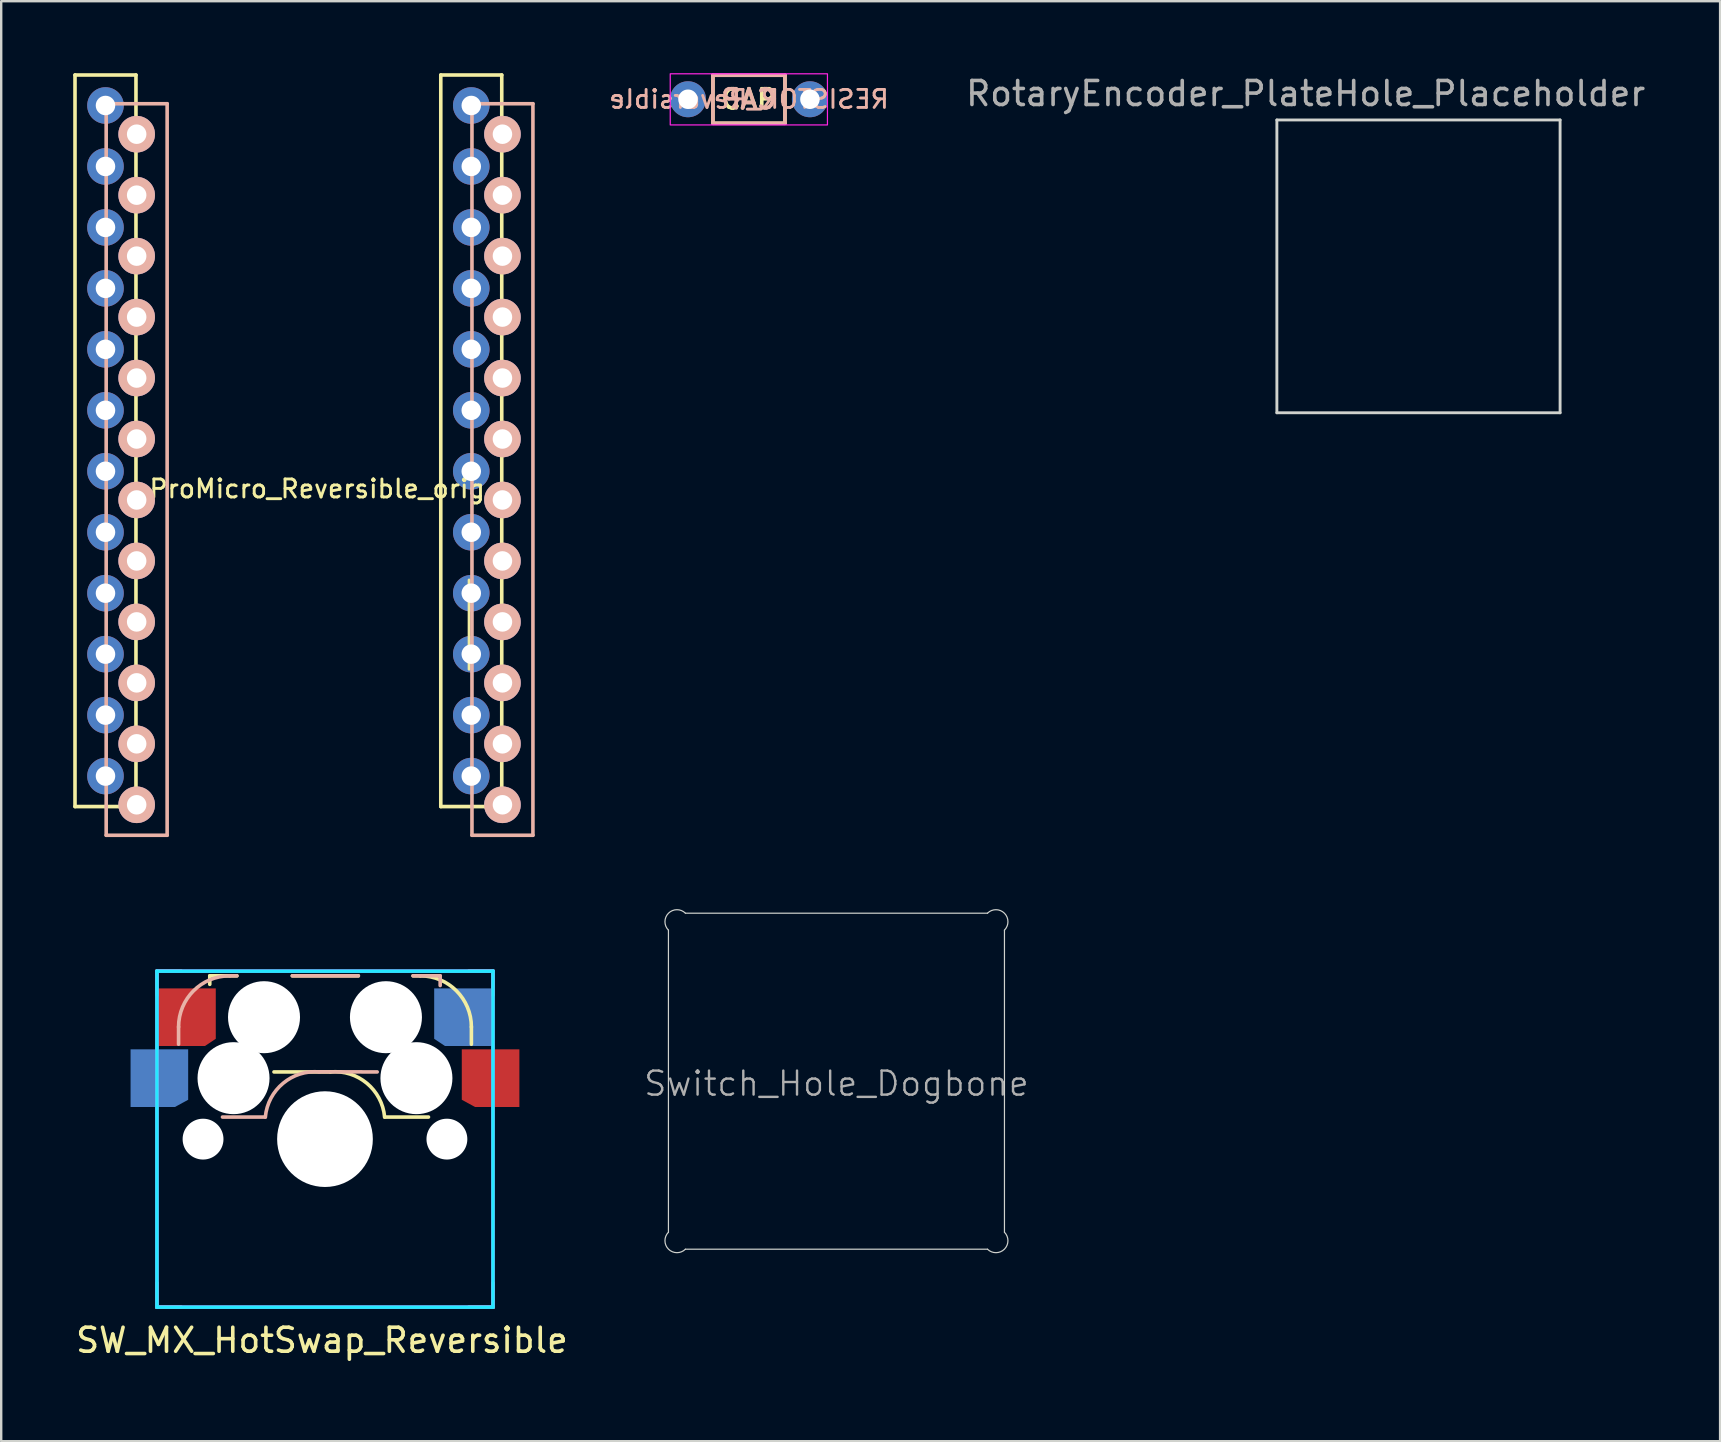
<source format=kicad_pcb>
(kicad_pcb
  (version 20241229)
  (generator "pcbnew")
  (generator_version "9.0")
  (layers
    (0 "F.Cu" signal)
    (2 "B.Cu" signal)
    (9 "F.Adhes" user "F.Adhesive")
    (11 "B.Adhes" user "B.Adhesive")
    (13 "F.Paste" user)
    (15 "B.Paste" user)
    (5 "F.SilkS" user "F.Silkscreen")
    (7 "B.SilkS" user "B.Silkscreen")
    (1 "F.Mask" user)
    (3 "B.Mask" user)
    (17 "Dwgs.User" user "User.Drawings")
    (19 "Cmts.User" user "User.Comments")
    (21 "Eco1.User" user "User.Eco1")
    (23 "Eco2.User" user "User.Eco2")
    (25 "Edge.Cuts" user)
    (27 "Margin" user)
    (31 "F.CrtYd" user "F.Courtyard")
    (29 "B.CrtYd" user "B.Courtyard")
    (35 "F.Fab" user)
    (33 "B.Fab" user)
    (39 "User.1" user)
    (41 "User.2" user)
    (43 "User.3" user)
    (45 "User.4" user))
  (footprint "RotaryEncoder_PlateHole_Placeholder"
    (layer "F.Cu")
    (at 56.05 8.048)
    (property "Reference" "RotaryEncoder_PlateHole_Placeholder" (at -4.7 -7.2 180) (layer "F.Fab") (effects (font (size 1 1) (thickness 0.15))))
    (attr through_hole)
    (fp_line (start -5.9 6.1) (end -5.9 -6.1) (stroke (width 0.12) (type solid)) (layer "Edge.Cuts"))
    (fp_line (start 5.9 -6.1) (end -5.9 -6.1) (stroke (width 0.12) (type solid)) (layer "Edge.Cuts"))
    (fp_line (start 5.9 6.1) (end -5.9 6.1) (stroke (width 0.12) (type solid)) (layer "Edge.Cuts"))
    (fp_line (start 5.9 6.1) (end 5.9 -6.1) (stroke (width 0.12) (type solid)) (layer "Edge.Cuts")))
  (footprint "Switch_Hole_Dogbone"
    (layer "F.Cu")
    (at 31.8 41.997)
    (property "Reference" "Switch_Hole_Dogbone" (at 0 0.1 0) (unlocked yes) (layer "F.Fab") (effects (font (size 1 1) (thickness 0.1))))
    (attr through_hole)
    (fp_line (start -7 -6.293) (end -7 6.293) (stroke (width 0.05) (type default)) (layer "Edge.Cuts"))
    (fp_line (start -6.293 -7) (end 6.293 -7) (stroke (width 0.05) (type default)) (layer "Edge.Cuts"))
    (fp_line (start -6.293 7) (end 6.293 7) (stroke (width 0.05) (type default)) (layer "Edge.Cuts"))
    (fp_line (start 7 -6.293) (end 7 6.293) (stroke (width 0.05) (type default)) (layer "Edge.Cuts"))
    (fp_arc (start -7 -6.292894) (mid -7 -7) (end -6.292894 -7) (stroke (width 0.05) (type default)) (layer "Edge.Cuts"))
    (fp_arc (start -6.292894 7) (mid -7 7) (end -7 6.292894) (stroke (width 0.05) (type default)) (layer "Edge.Cuts"))
    (fp_arc (start 6.292894 -7) (mid 7 -7) (end 7 -6.292894) (stroke (width 0.05) (type default)) (layer "Edge.Cuts"))
    (fp_arc (start 7 6.292894) (mid 7 7) (end 6.292894 7) (stroke (width 0.05) (type default)) (layer "Edge.Cuts")))
  (footprint "SW_MX_HotSwap_Reversible"
    (layer "F.Cu")
    (at 10.49 44.411)
    (property "Reference" "SW_MX_HotSwap_Reversible" (at -0.127 8.382 0) (layer "F.SilkS") (effects (font (size 1 1) (thickness 0.15))))
    (attr smd)
    (fp_line (start -7 -7) (end -6 -7) (stroke (width 0.15) (type solid)) (layer "F.SilkS"))
    (fp_line (start -7 -6.4) (end -7 -7) (stroke (width 0.15) (type solid)) (layer "F.SilkS"))
    (fp_line (start -7 7) (end -7 6) (stroke (width 0.15) (type solid)) (layer "F.SilkS"))
    (fp_line (start -6 7) (end -7 7) (stroke (width 0.15) (type solid)) (layer "F.SilkS"))
    (fp_line (start -4.8 -6.45) (end -4.8 -6.804) (stroke (width 0.15) (type solid)) (layer "F.SilkS"))
    (fp_line (start -3.67 -6.804) (end -4.8 -6.804) (stroke (width 0.15) (type solid)) (layer "F.SilkS"))
    (fp_line (start -2.125 -2.8) (end 0.225 -2.8) (stroke (width 0.15) (type solid)) (layer "F.SilkS"))
    (fp_line (start -1.36 -6.804) (end 1.39 -6.804) (stroke (width 0.15) (type solid)) (layer "F.SilkS"))
    (fp_line (start 3.97 -6.804) (end 3.67 -6.804) (stroke (width 0.15) (type solid)) (layer "F.SilkS"))
    (fp_line (start 4.312 -0.92) (end 2.487 -0.92) (stroke (width 0.15) (type solid)) (layer "F.SilkS"))
    (fp_line (start 6 -7) (end 7 -7) (stroke (width 0.15) (type solid)) (layer "F.SilkS"))
    (fp_line (start 6.1 -4.674) (end 6.1 -3.954) (stroke (width 0.15) (type solid)) (layer "F.SilkS"))
    (fp_line (start 7 -7) (end 7 -6) (stroke (width 0.15) (type solid)) (layer "F.SilkS"))
    (fp_line (start 7 6) (end 7 7) (stroke (width 0.15) (type solid)) (layer "F.SilkS"))
    (fp_line (start 7 7) (end 6 7) (stroke (width 0.15) (type solid)) (layer "F.SilkS"))
    (fp_arc (start 0.225 -2.8) (mid 1.74436 -2.328062) (end 2.485001 -0.920001) (stroke (width 0.15) (type solid)) (layer "F.SilkS"))
    (fp_arc (start 3.97 -6.804) (mid 5.476137 -6.180137) (end 6.1 -4.674) (stroke (width 0.15) (type solid)) (layer "F.SilkS"))
    (fp_line (start -7 -7) (end -6 -7) (stroke (width 0.15) (type solid)) (layer "B.SilkS"))
    (fp_line (start -7 -6) (end -7 -7) (stroke (width 0.15) (type solid)) (layer "B.SilkS"))
    (fp_line (start -7 7) (end -7 6) (stroke (width 0.15) (type solid)) (layer "B.SilkS"))
    (fp_line (start -6.1 -4.674) (end -6.1 -3.954) (stroke (width 0.15) (type solid)) (layer "B.SilkS"))
    (fp_line (start -6 7) (end -7 7) (stroke (width 0.15) (type solid)) (layer "B.SilkS"))
    (fp_line (start -4.27 -0.92) (end -2.485 -0.92) (stroke (width 0.15) (type solid)) (layer "B.SilkS"))
    (fp_line (start -3.97 -6.804) (end -3.67 -6.804) (stroke (width 0.15) (type solid)) (layer "B.SilkS"))
    (fp_line (start 1.39 -6.804) (end -1.36 -6.804) (stroke (width 0.15) (type solid)) (layer "B.SilkS"))
    (fp_line (start 2.175 -2.8) (end -0.25 -2.804) (stroke (width 0.15) (type solid)) (layer "B.SilkS"))
    (fp_line (start 3.67 -6.804) (end 4.8 -6.804) (stroke (width 0.15) (type solid)) (layer "B.SilkS"))
    (fp_line (start 4.8 -6.4) (end 4.8 -6.804) (stroke (width 0.15) (type solid)) (layer "B.SilkS"))
    (fp_line (start 6 -7) (end 7 -7) (stroke (width 0.15) (type solid)) (layer "B.SilkS"))
    (fp_line (start 7 -7) (end 7 -6.375) (stroke (width 0.15) (type solid)) (layer "B.SilkS"))
    (fp_line (start 7 6) (end 7 7) (stroke (width 0.15) (type solid)) (layer "B.SilkS"))
    (fp_line (start 7 7) (end 6 7) (stroke (width 0.15) (type solid)) (layer "B.SilkS"))
    (fp_arc (start -6.1 -4.674) (mid -5.476137 -6.180137) (end -3.97 -6.804) (stroke (width 0.15) (type solid)) (layer "B.SilkS"))
    (fp_arc (start -2.484999 -0.920001) (mid -1.74436 -2.328062) (end -0.225 -2.8) (stroke (width 0.15) (type solid)) (layer "B.SilkS"))
    (fp_line (start -9.525 -9.525) (end 9.525 -9.525) (stroke (width 0.12) (type solid)) (layer "Eco1.User"))
    (fp_line (start -9.525 9.525) (end -9.525 -9.525) (stroke (width 0.12) (type solid)) (layer "Eco1.User"))
    (fp_line (start -7 7) (end -7 -7) (stroke (width 0.1) (type solid)) (layer "Eco1.User"))
    (fp_line (start -1.75 6.83) (end -1.75 3.33) (stroke (width 0.12) (type solid)) (layer "Eco1.User"))
    (fp_line (start -0.8 4.25) (end 0.8 4.25) (stroke (width 0.12) (type solid)) (layer "Eco1.User"))
    (fp_line (start -0.8 5.85) (end -0.8 4.25) (stroke (width 0.12) (type solid)) (layer "Eco1.User"))
    (fp_line (start 0.8 4.25) (end 0.8 5.85) (stroke (width 0.12) (type solid)) (layer "Eco1.User"))
    (fp_line (start 0.8 5.85) (end -0.8 5.85) (stroke (width 0.12) (type solid)) (layer "Eco1.User"))
    (fp_line (start 1.75 3.33) (end -1.75 3.33) (stroke (width 0.12) (type solid)) (layer "Eco1.User"))
    (fp_line (start 1.75 3.33) (end 1.75 6.83) (stroke (width 0.12) (type solid)) (layer "Eco1.User"))
    (fp_line (start 1.75 6.83) (end -1.75 6.83) (stroke (width 0.12) (type solid)) (layer "Eco1.User"))
    (fp_line (start 7 -7) (end -7 -7) (stroke (width 0.1) (type solid)) (layer "Eco1.User"))
    (fp_line (start 7 7) (end -7 7) (stroke (width 0.1) (type solid)) (layer "Eco1.User"))
    (fp_line (start 7 7) (end 7 -7) (stroke (width 0.1) (type solid)) (layer "Eco1.User"))
    (fp_line (start 9.525 -9.525) (end 9.525 9.525) (stroke (width 0.12) (type solid)) (layer "Eco1.User"))
    (fp_line (start 9.525 9.525) (end -9.525 9.525) (stroke (width 0.12) (type solid)) (layer "Eco1.User"))
    (fp_line (start -7 -7) (end 7 -7) (stroke (width 0.15) (type solid)) (layer "B.CrtYd"))
    (fp_line (start -7 7) (end -7 -7) (stroke (width 0.15) (type solid)) (layer "B.CrtYd"))
    (fp_line (start 7 -7) (end 7 7) (stroke (width 0.15) (type solid)) (layer "B.CrtYd"))
    (fp_line (start 7 7) (end -7 7) (stroke (width 0.15) (type solid)) (layer "B.CrtYd"))
    (fp_line (start -7 -7) (end 7 -7) (stroke (width 0.15) (type solid)) (layer "F.CrtYd"))
    (fp_line (start -7 7) (end -7 -7) (stroke (width 0.15) (type solid)) (layer "F.CrtYd"))
    (fp_line (start 7 -7) (end 7 7) (stroke (width 0.15) (type solid)) (layer "F.CrtYd"))
    (fp_line (start 7 7) (end -7 7) (stroke (width 0.15) (type solid)) (layer "F.CrtYd"))
    (pad "" np_thru_hole circle (at -5.08 0 180) (size 1.702 1.702) (drill 1.702) (layers "*.Cu"))
    (pad "" np_thru_hole circle (at -3.81 -2.54 153.5) (size 3 3) (drill 3) (layers "*.Cu"))
    (pad "" np_thru_hole circle (at -2.54 -5.08 206.5) (size 3 3) (drill 3) (layers "*.Cu"))
    (pad "" np_thru_hole circle (at 0 0 180) (size 3.988 3.988) (drill 3.988) (layers "*.Cu"))
    (pad "" np_thru_hole circle (at 2.54 -5.08 206.5) (size 3 3) (drill 3) (layers "*.Cu"))
    (pad "" np_thru_hole circle (at 3.81 -2.54 206.5) (size 3 3) (drill 3) (layers "*.Cu"))
    (pad "" np_thru_hole circle (at 5.08 0 180) (size 1.702 1.702) (drill 1.702) (layers "*.Cu"))
    (pad "1" smd custom (at -6.9 -2.54 180) (size 2 2) (layers "B.Cu" "B.Mask" "B.Paste") (options (anchor rect)) (primitives (gr_poly (pts (xy 1.2 1.2) (xy -1.2 1.2) (xy -1.2 -0.9) (xy -0.65 -1.2) (xy 1.2 -1.2)) (width 0) (fill yes))))
    (pad "1" smd custom (at -5.75 -5.08 180) (size 2 2) (layers "F.Cu" "F.Mask" "F.Paste") (options (anchor rect)) (primitives (gr_poly (pts (xy 1.2 1.2) (xy -1.2 1.2) (xy -1.2 -0.9) (xy -0.75 -1.2) (xy 1.2 -1.2)) (width 0) (fill yes))))
    (pad "2" smd custom (at 5.75 -5.08 180) (size 2 2) (layers "B.Cu" "B.Mask" "B.Paste") (options (anchor rect)) (primitives (gr_poly (pts (xy 1.2 1.2) (xy 1.2 -0.9) (xy 0.75 -1.2) (xy -1.2 -1.2) (xy -1.2 1.2)) (width 0) (fill yes))))
    (pad "2" smd custom (at 6.9 -2.54 180) (size 2 2) (layers "F.Cu" "F.Mask" "F.Paste") (options (anchor rect)) (primitives (gr_poly (pts (xy 1.2 1.2) (xy 1.2 -0.9) (xy 0.65 -1.2) (xy -1.2 -1.2) (xy -1.2 1.2)) (width 0) (fill yes)))))
  (footprint "RESISTOR_Reversible"
    (layer "F.Cu")
    (at 28.155 1.085)
    (property "Reference" "RESISTOR_Reversible" (at 0 0 0) (layer "B.SilkS") (effects (font (size 0.75 0.75) (thickness 0.12)) (justify mirror)))
    (attr through_hole)
    (fp_line (start -1.501 -1.001) (end 1.501 -1.001) (stroke (width 0.15) (type solid)) (layer "F.SilkS"))
    (fp_line (start -1.501 1.001) (end -1.501 -1.001) (stroke (width 0.15) (type solid)) (layer "F.SilkS"))
    (fp_line (start 1.501 -1.001) (end 1.501 1.001) (stroke (width 0.15) (type solid)) (layer "F.SilkS"))
    (fp_line (start 1.501 1.001) (end -1.501 1.001) (stroke (width 0.15) (type solid)) (layer "F.SilkS"))
    (fp_line (start -1.5 -1) (end -1.5 1) (stroke (width 0.15) (type solid)) (layer "B.SilkS"))
    (fp_line (start -1.5 1) (end 1.5 1) (stroke (width 0.15) (type solid)) (layer "B.SilkS"))
    (fp_line (start 1.5 -1) (end -1.5 -1) (stroke (width 0.15) (type solid)) (layer "B.SilkS"))
    (fp_line (start 1.5 1) (end 1.5 -1) (stroke (width 0.15) (type solid)) (layer "B.SilkS"))
    (fp_poly (pts (xy -3.28 -1.06) (xy 3.27 -1.06) (xy 3.27 1.07) (xy -3.28 1.07)) (stroke (width 0.05) (type default)) (fill no) (layer "F.CrtYd"))
    (fp_text user "CAP" (at 0 0 0) (unlocked yes) (layer "F.SilkS") (effects (font (size 0.8 0.8) (thickness 0.152) (bold yes))))
    (fp_text user "CAP" (at 0 0 0) (unlocked yes) (layer "B.SilkS") (effects (font (size 0.8 0.8) (thickness 0.152) (bold yes)) (justify mirror)))
    (pad "1" thru_hole circle (at -2.54 0) (size 1.5 1.5) (drill 0.813) (layers "*.Cu" "*.Mask"))
    (pad "2" thru_hole circle (at 2.54 0) (size 1.5 1.5) (drill 0.813) (layers "*.Cu" "*.Mask")))
  (footprint "ProMicro_Reversible_orig"
    (layer "F.Cu")
    (at 10.165 16.115)
    (property "Reference" "ProMicro_Reversible_orig" (at 0 1.2 0) (layer "F.SilkS") (effects (font (size 0.75 0.75) (thickness 0.12))))
    (attr through_hole)
    (fp_line (start -10.09 -16.04) (end -7.55 -16.04) (stroke (width 0.15) (type solid)) (layer "F.SilkS"))
    (fp_line (start -10.09 14.44) (end -10.09 -16.04) (stroke (width 0.15) (type solid)) (layer "F.SilkS"))
    (fp_line (start -7.55 -16.04) (end -7.55 14.44) (stroke (width 0.15) (type solid)) (layer "F.SilkS"))
    (fp_line (start -7.55 14.44) (end -10.09 14.44) (stroke (width 0.15) (type solid)) (layer "F.SilkS"))
    (fp_line (start 5.15 -16.04) (end 7.69 -16.04) (stroke (width 0.15) (type solid)) (layer "F.SilkS"))
    (fp_line (start 5.15 14.44) (end 5.15 -16.04) (stroke (width 0.15) (type solid)) (layer "F.SilkS"))
    (fp_line (start 6.33 5) (end 6.33 8.72) (stroke (width 0.12) (type solid)) (layer "F.SilkS"))
    (fp_line (start 7.69 -16.04) (end 7.69 14.44) (stroke (width 0.15) (type solid)) (layer "F.SilkS"))
    (fp_line (start 7.69 14.44) (end 5.15 14.44) (stroke (width 0.15) (type solid)) (layer "F.SilkS"))
    (fp_line (start -8.791 -14.844) (end -8.791 15.636) (stroke (width 0.15) (type solid)) (layer "B.SilkS"))
    (fp_line (start -8.791 15.636) (end -6.251 15.636) (stroke (width 0.15) (type solid)) (layer "B.SilkS"))
    (fp_line (start -6.251 -14.844) (end -8.791 -14.844) (stroke (width 0.15) (type solid)) (layer "B.SilkS"))
    (fp_line (start -6.251 15.636) (end -6.251 -14.844) (stroke (width 0.15) (type solid)) (layer "B.SilkS"))
    (fp_line (start 6.449 -14.844) (end 6.449 15.636) (stroke (width 0.15) (type solid)) (layer "B.SilkS"))
    (fp_line (start 6.449 15.636) (end 8.989 15.636) (stroke (width 0.15) (type solid)) (layer "B.SilkS"))
    (fp_line (start 8.989 -14.844) (end 6.449 -14.844) (stroke (width 0.15) (type solid)) (layer "B.SilkS"))
    (fp_line (start 8.989 15.636) (end 8.989 -14.844) (stroke (width 0.15) (type solid)) (layer "B.SilkS"))
    (pad "0" thru_hole circle (at 7.719 -13.574 180) (size 1.524 1.524) (drill 0.813) (layers "*.Cu" "*.Mask" "B.SilkS"))
    (pad "1" thru_hole circle (at -8.82 -12.23) (size 1.524 1.524) (drill 0.813) (layers "*.Cu" "*.Mask"))
    (pad "1" thru_hole circle (at 7.719 -11.034 180) (size 1.524 1.524) (drill 0.813) (layers "*.Cu" "*.Mask" "B.SilkS"))
    (pad "2" thru_hole circle (at -8.82 -4.61) (size 1.524 1.524) (drill 0.813) (layers "*.Cu" "*.Mask"))
    (pad "2" thru_hole circle (at 7.719 -3.414 180) (size 1.524 1.524) (drill 0.813) (layers "*.Cu" "*.Mask" "B.SilkS"))
    (pad "3" thru_hole circle (at -8.82 -2.07) (size 1.524 1.524) (drill 0.813) (layers "*.Cu" "*.Mask"))
    (pad "3" thru_hole circle (at 7.719 -0.874 180) (size 1.524 1.524) (drill 0.813) (layers "*.Cu" "*.Mask" "B.SilkS"))
    (pad "3V3" thru_hole circle (at -7.521 -5.954 180) (size 1.524 1.524) (drill 0.813) (layers "*.Cu" "*.Mask" "B.SilkS"))
    (pad "3V3" thru_hole circle (at 6.42 -7.15) (size 1.524 1.524) (drill 0.813) (layers "*.Cu" "*.Mask"))
    (pad "4" thru_hole circle (at -8.82 0.47) (size 1.524 1.524) (drill 0.813) (layers "*.Cu" "*.Mask"))
    (pad "4" thru_hole circle (at 7.719 1.666 180) (size 1.524 1.524) (drill 0.813) (layers "*.Cu" "*.Mask" "B.SilkS"))
    (pad "5" thru_hole circle (at -8.82 3.01) (size 1.524 1.524) (drill 0.813) (layers "*.Cu" "*.Mask"))
    (pad "5" thru_hole circle (at 7.719 4.206 180) (size 1.524 1.524) (drill 0.813) (layers "*.Cu" "*.Mask" "B.SilkS"))
    (pad "5V" thru_hole circle (at -7.521 -13.574 180) (size 1.524 1.524) (drill 0.813) (layers "*.Cu" "*.Mask" "B.SilkS"))
    (pad "5V" thru_hole circle (at 6.42 -14.77) (size 1.524 1.524) (drill 0.813) (layers "*.Cu" "*.Mask"))
    (pad "6" thru_hole circle (at -8.82 5.55) (size 1.524 1.524) (drill 0.813) (layers "*.Cu" "*.Mask"))
    (pad "6" thru_hole circle (at 7.719 6.746 180) (size 1.524 1.524) (drill 0.813) (layers "*.Cu" "*.Mask" "B.SilkS"))
    (pad "7" thru_hole circle (at -8.82 8.09) (size 1.524 1.524) (drill 0.813) (layers "*.Cu" "*.Mask"))
    (pad "7" thru_hole circle (at 7.719 9.286 180) (size 1.524 1.524) (drill 0.813) (layers "*.Cu" "*.Mask" "B.SilkS"))
    (pad "8" thru_hole circle (at -8.82 10.63) (size 1.524 1.524) (drill 0.813) (layers "*.Cu" "*.Mask"))
    (pad "8" thru_hole circle (at 7.719 11.826 180) (size 1.524 1.524) (drill 0.813) (layers "*.Cu" "*.Mask" "B.SilkS"))
    (pad "9" thru_hole circle (at -8.82 13.17) (size 1.524 1.524) (drill 0.813) (layers "*.Cu" "*.Mask"))
    (pad "9" thru_hole circle (at 7.719 14.366 180) (size 1.524 1.524) (drill 0.813) (layers "*.Cu" "*.Mask" "B.SilkS"))
    (pad "20" thru_hole circle (at -7.521 9.286 180) (size 1.524 1.524) (drill 0.813) (layers "*.Cu" "*.Mask" "B.SilkS"))
    (pad "20" thru_hole circle (at 6.42 8.09) (size 1.524 1.524) (drill 0.813) (layers "*.Cu" "*.Mask"))
    (pad "21" thru_hole circle (at -7.521 14.366 180) (size 1.524 1.524) (drill 0.813) (layers "*.Cu" "*.Mask" "B.SilkS"))
    (pad "21" thru_hole circle (at 6.42 13.17) (size 1.524 1.524) (drill 0.813) (layers "*.Cu" "*.Mask"))
    (pad "22" thru_hole circle (at -7.521 6.746 180) (size 1.524 1.524) (drill 0.813) (layers "*.Cu" "*.Mask" "B.SilkS"))
    (pad "22" thru_hole circle (at 6.42 5.55) (size 1.524 1.524) (drill 0.813) (layers "*.Cu" "*.Mask"))
    (pad "23" thru_hole circle (at -7.521 11.826 180) (size 1.524 1.524) (drill 0.813) (layers "*.Cu" "*.Mask" "B.SilkS"))
    (pad "23" thru_hole circle (at 6.42 10.63) (size 1.524 1.524) (drill 0.813) (layers "*.Cu" "*.Mask"))
    (pad "26" thru_hole circle (at -7.521 4.206 180) (size 1.524 1.524) (drill 0.813) (layers "*.Cu" "*.Mask" "B.SilkS"))
    (pad "26" thru_hole circle (at 6.42 3.01) (size 1.524 1.524) (drill 0.813) (layers "*.Cu" "*.Mask"))
    (pad "27" thru_hole circle (at -7.521 1.666 180) (size 1.524 1.524) (drill 0.813) (layers "*.Cu" "*.Mask" "B.SilkS"))
    (pad "27" thru_hole circle (at 6.42 0.47) (size 1.524 1.524) (drill 0.813) (layers "*.Cu" "*.Mask"))
    (pad "28" thru_hole circle (at -7.521 -0.874 180) (size 1.524 1.524) (drill 0.813) (layers "*.Cu" "*.Mask" "B.SilkS"))
    (pad "28" thru_hole circle (at 6.42 -2.07) (size 1.524 1.524) (drill 0.813) (layers "*.Cu" "*.Mask"))
    (pad "29" thru_hole circle (at -7.521 -3.414 180) (size 1.524 1.524) (drill 0.813) (layers "*.Cu" "*.Mask" "B.SilkS"))
    (pad "29" thru_hole circle (at 6.42 -4.61) (size 1.524 1.524) (drill 0.813) (layers "*.Cu" "*.Mask"))
    (pad "99" thru_hole circle (at -8.82 -14.77) (size 1.524 1.524) (drill 0.813) (layers "*.Cu" "*.Mask"))
    (pad "GND" thru_hole circle (at -8.82 -9.69) (size 1.524 1.524) (drill 0.813) (layers "*.Cu" "*.Mask"))
    (pad "GND" thru_hole circle (at -8.82 -7.15) (size 1.524 1.524) (drill 0.813) (layers "*.Cu" "*.Mask"))
    (pad "GND" thru_hole circle (at -7.521 -11.034 180) (size 1.524 1.524) (drill 0.813) (layers "*.Cu" "*.Mask" "B.SilkS"))
    (pad "GND" thru_hole circle (at 6.42 -12.23) (size 1.524 1.524) (drill 0.813) (layers "*.Cu" "*.Mask"))
    (pad "GND" thru_hole circle (at 7.719 -8.494 180) (size 1.524 1.524) (drill 0.813) (layers "*.Cu" "*.Mask" "B.SilkS"))
    (pad "GND" thru_hole circle (at 7.719 -5.954 180) (size 1.524 1.524) (drill 0.813) (layers "*.Cu" "*.Mask" "B.SilkS"))
    (pad "RST" thru_hole circle (at -7.521 -8.494 180) (size 1.524 1.524) (drill 0.813) (layers "*.Cu" "*.Mask" "B.SilkS"))
    (pad "RST" thru_hole circle (at 6.42 -9.69) (size 1.524 1.524) (drill 0.813) (layers "*.Cu" "*.Mask")))
  (gr_rect
    (start -3 -3)
    (end 68.617 56.996)
    (stroke (width 0.1) (type default))
    (fill no)
    (layer "Edge.Cuts")))
</source>
